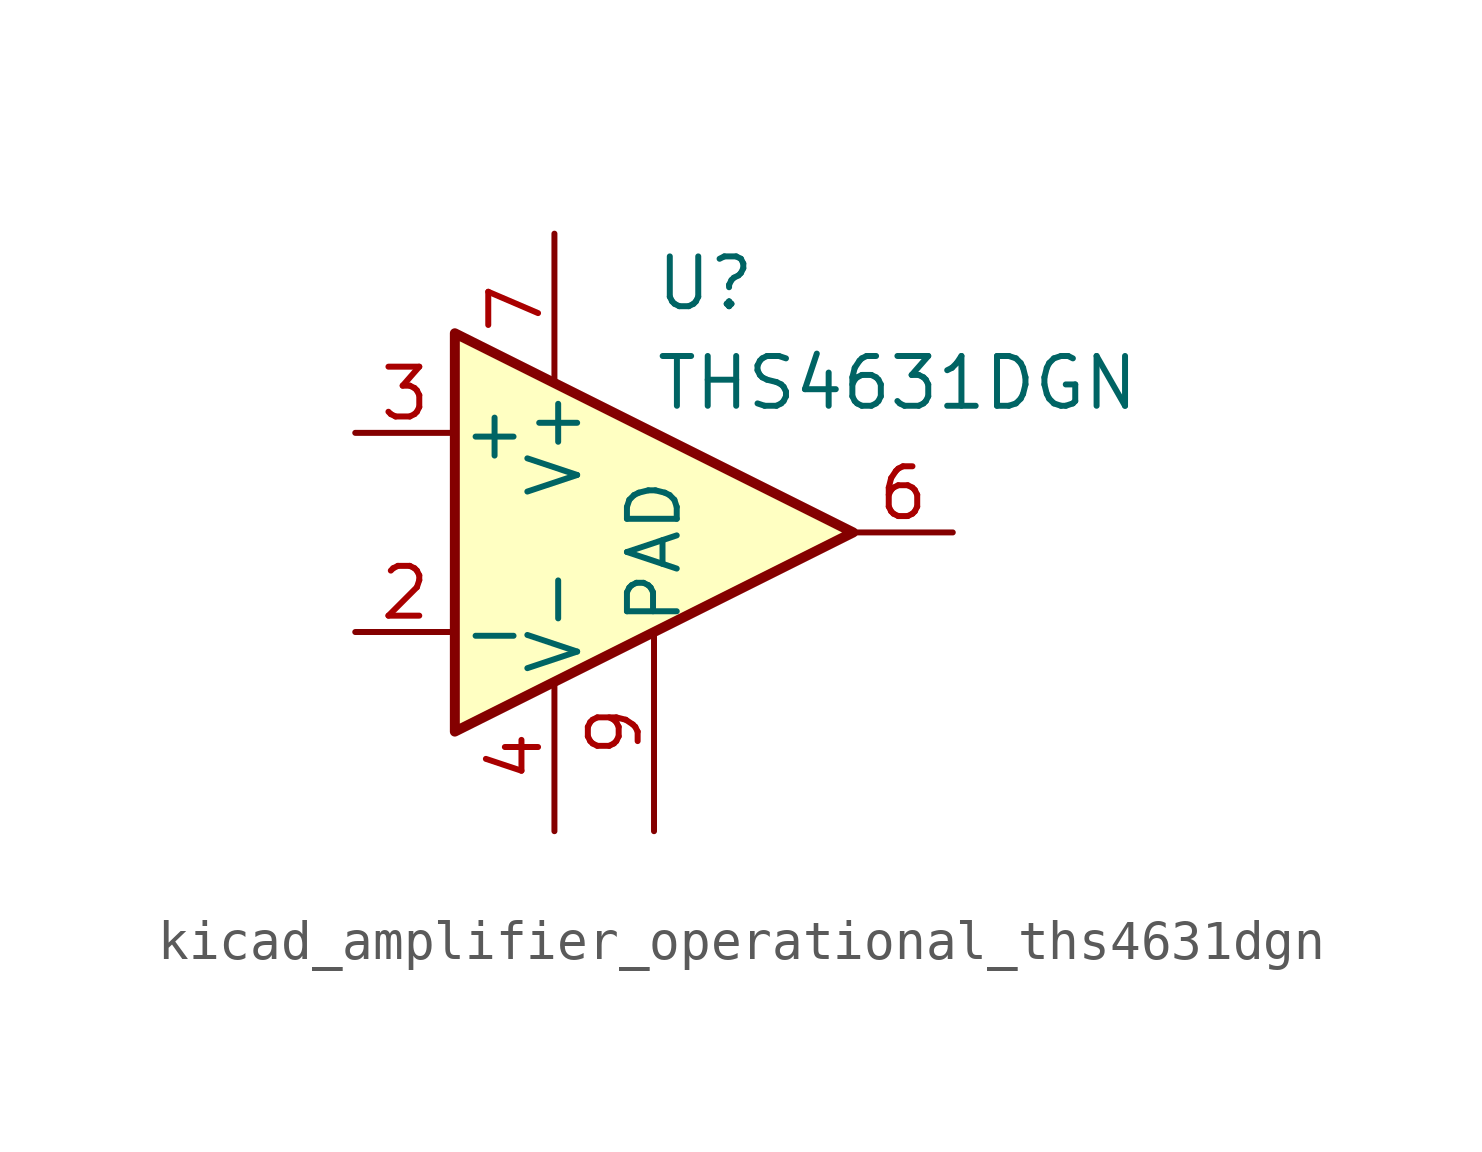
<source format=kicad_sym>
(kicad_symbol_lib
  (version 20220914)
  (generator kicad_symbol_editor)
  (symbol "kicad_amplifier_operational_ths4631dgn"
    (pin_names
      (offset 0.127))
    (property "Reference" "U"
      (at 0 6.35 0)
      (effects (font (size 1.27 1.27)) (justify left)))
    (property "Value" "THS4631DGN"
      (at 0 3.81 0)
      (effects (font (size 1.27 1.27)) (justify left)))
    (symbol "kicad_amplifier_operational_ths4631dgn_0_1"
      (polyline (pts (xy -5.08 5.08) (xy 5.08 0) (xy -5.08 -5.08) (xy -5.08 5.08)) (stroke (width 0.254) (type default)) (fill (type background))))
    (symbol "kicad_amplifier_operational_ths4631dgn_1_1"
      (pin no_connect line (at -2.54 2.54 270) (length 2.54) hide (name "NC" (effects (font (size 1.27 1.27)))) (number "1" (effects (font (size 1.27 1.27)))))
      (pin input line (at -7.62 -2.54 0) (length 2.54) (name "-" (effects (font (size 1.27 1.27)))) (number "2" (effects (font (size 1.27 1.27)))))
      (pin input line (at -7.62 2.54 0) (length 2.54) (name "+" (effects (font (size 1.27 1.27)))) (number "3" (effects (font (size 1.27 1.27)))))
      (pin power_in line (at -2.54 -7.62 90) (length 3.81) (name "V-" (effects (font (size 1.27 1.27)))) (number "4" (effects (font (size 1.27 1.27)))))
      (pin no_connect line (at 0 2.54 270) (length 2.54) hide (name "NC" (effects (font (size 1.27 1.27)))) (number "5" (effects (font (size 1.27 1.27)))))
      (pin output line (at 7.62 0 180) (length 2.54) (name "~" (effects (font (size 1.27 1.27)))) (number "6" (effects (font (size 1.27 1.27)))))
      (pin power_in line (at -2.54 7.62 270) (length 3.81) (name "V+" (effects (font (size 1.27 1.27)))) (number "7" (effects (font (size 1.27 1.27)))))
      (pin no_connect line (at 0 -2.54 90) (length 2.54) hide (name "NC" (effects (font (size 1.27 1.27)))) (number "8" (effects (font (size 1.27 1.27)))))
      (pin passive line (at 0 -7.62 90) (length 5.08) (name "PAD" (effects (font (size 1.27 1.27)))) (number "9" (effects (font (size 1.27 1.27))))))))
</source>
